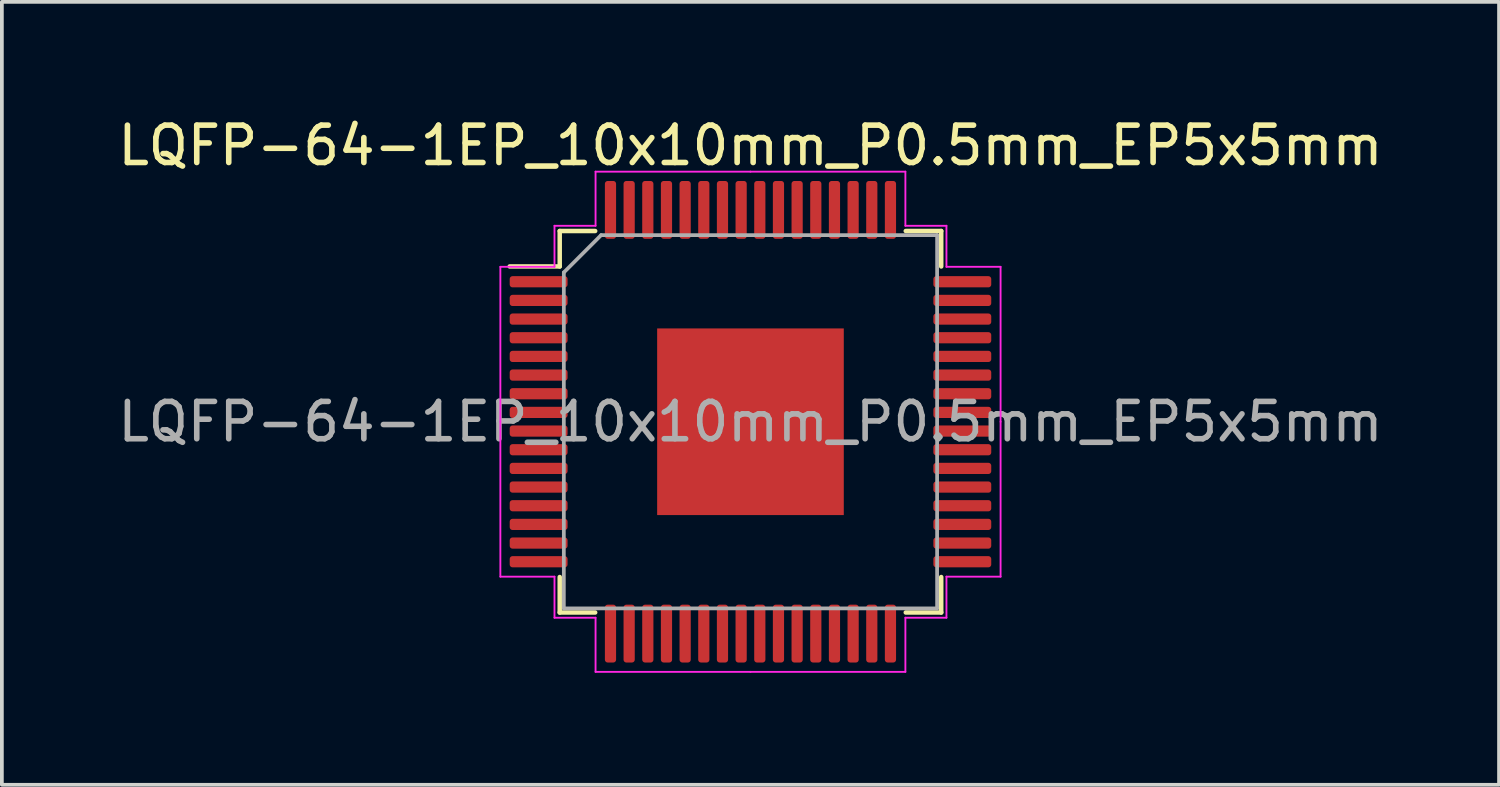
<source format=kicad_pcb>
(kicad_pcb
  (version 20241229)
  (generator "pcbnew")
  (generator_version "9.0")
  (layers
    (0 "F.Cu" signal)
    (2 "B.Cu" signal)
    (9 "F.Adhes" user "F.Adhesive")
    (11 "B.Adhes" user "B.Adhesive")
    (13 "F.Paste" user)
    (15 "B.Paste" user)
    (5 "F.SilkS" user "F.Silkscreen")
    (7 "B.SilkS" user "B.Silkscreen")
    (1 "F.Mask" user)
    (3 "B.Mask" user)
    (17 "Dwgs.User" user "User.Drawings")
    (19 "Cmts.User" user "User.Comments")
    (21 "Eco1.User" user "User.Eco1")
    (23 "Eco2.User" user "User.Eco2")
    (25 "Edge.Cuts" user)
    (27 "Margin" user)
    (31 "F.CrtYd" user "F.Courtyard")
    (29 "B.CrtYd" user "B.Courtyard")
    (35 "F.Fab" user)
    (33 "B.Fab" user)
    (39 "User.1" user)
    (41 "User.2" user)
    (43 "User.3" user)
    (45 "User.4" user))
  (footprint "LQFP-64-1EP_10x10mm_P0.5mm_EP5x5mm"
    (layer "F.Cu")
    (at 17.054 8.248)
    (property "Reference" "LQFP-64-1EP_10x10mm_P0.5mm_EP5x5mm" (at 0 -7.4 0) (layer "F.SilkS") (effects (font (size 1 1) (thickness 0.15))))
    (attr smd)
    (fp_line (start -5.11 -5.11) (end -5.11 -4.16) (stroke (width 0.12) (type solid)) (layer "F.SilkS"))
    (fp_line (start -5.11 -4.16) (end -6.45 -4.16) (stroke (width 0.12) (type solid)) (layer "F.SilkS"))
    (fp_line (start -5.11 5.11) (end -5.11 4.16) (stroke (width 0.12) (type solid)) (layer "F.SilkS"))
    (fp_line (start -4.16 -5.11) (end -5.11 -5.11) (stroke (width 0.12) (type solid)) (layer "F.SilkS"))
    (fp_line (start -4.16 5.11) (end -5.11 5.11) (stroke (width 0.12) (type solid)) (layer "F.SilkS"))
    (fp_line (start 4.16 -5.11) (end 5.11 -5.11) (stroke (width 0.12) (type solid)) (layer "F.SilkS"))
    (fp_line (start 4.16 5.11) (end 5.11 5.11) (stroke (width 0.12) (type solid)) (layer "F.SilkS"))
    (fp_line (start 5.11 -5.11) (end 5.11 -4.16) (stroke (width 0.12) (type solid)) (layer "F.SilkS"))
    (fp_line (start 5.11 5.11) (end 5.11 4.16) (stroke (width 0.12) (type solid)) (layer "F.SilkS"))
    (fp_line (start -6.7 -4.15) (end -6.7 0) (stroke (width 0.05) (type solid)) (layer "F.CrtYd"))
    (fp_line (start -6.7 4.15) (end -6.7 0) (stroke (width 0.05) (type solid)) (layer "F.CrtYd"))
    (fp_line (start -5.25 -5.25) (end -5.25 -4.15) (stroke (width 0.05) (type solid)) (layer "F.CrtYd"))
    (fp_line (start -5.25 -4.15) (end -6.7 -4.15) (stroke (width 0.05) (type solid)) (layer "F.CrtYd"))
    (fp_line (start -5.25 4.15) (end -6.7 4.15) (stroke (width 0.05) (type solid)) (layer "F.CrtYd"))
    (fp_line (start -5.25 5.25) (end -5.25 4.15) (stroke (width 0.05) (type solid)) (layer "F.CrtYd"))
    (fp_line (start -4.15 -6.7) (end -4.15 -5.25) (stroke (width 0.05) (type solid)) (layer "F.CrtYd"))
    (fp_line (start -4.15 -5.25) (end -5.25 -5.25) (stroke (width 0.05) (type solid)) (layer "F.CrtYd"))
    (fp_line (start -4.15 5.25) (end -5.25 5.25) (stroke (width 0.05) (type solid)) (layer "F.CrtYd"))
    (fp_line (start -4.15 6.7) (end -4.15 5.25) (stroke (width 0.05) (type solid)) (layer "F.CrtYd"))
    (fp_line (start 0 -6.7) (end -4.15 -6.7) (stroke (width 0.05) (type solid)) (layer "F.CrtYd"))
    (fp_line (start 0 -6.7) (end 4.15 -6.7) (stroke (width 0.05) (type solid)) (layer "F.CrtYd"))
    (fp_line (start 0 6.7) (end -4.15 6.7) (stroke (width 0.05) (type solid)) (layer "F.CrtYd"))
    (fp_line (start 0 6.7) (end 4.15 6.7) (stroke (width 0.05) (type solid)) (layer "F.CrtYd"))
    (fp_line (start 4.15 -6.7) (end 4.15 -5.25) (stroke (width 0.05) (type solid)) (layer "F.CrtYd"))
    (fp_line (start 4.15 -5.25) (end 5.25 -5.25) (stroke (width 0.05) (type solid)) (layer "F.CrtYd"))
    (fp_line (start 4.15 5.25) (end 5.25 5.25) (stroke (width 0.05) (type solid)) (layer "F.CrtYd"))
    (fp_line (start 4.15 6.7) (end 4.15 5.25) (stroke (width 0.05) (type solid)) (layer "F.CrtYd"))
    (fp_line (start 5.25 -5.25) (end 5.25 -4.15) (stroke (width 0.05) (type solid)) (layer "F.CrtYd"))
    (fp_line (start 5.25 -4.15) (end 6.7 -4.15) (stroke (width 0.05) (type solid)) (layer "F.CrtYd"))
    (fp_line (start 5.25 4.15) (end 6.7 4.15) (stroke (width 0.05) (type solid)) (layer "F.CrtYd"))
    (fp_line (start 5.25 5.25) (end 5.25 4.15) (stroke (width 0.05) (type solid)) (layer "F.CrtYd"))
    (fp_line (start 6.7 -4.15) (end 6.7 0) (stroke (width 0.05) (type solid)) (layer "F.CrtYd"))
    (fp_line (start 6.7 4.15) (end 6.7 0) (stroke (width 0.05) (type solid)) (layer "F.CrtYd"))
    (fp_line (start -5 -4) (end -4 -5) (stroke (width 0.1) (type solid)) (layer "F.Fab"))
    (fp_line (start -5 5) (end -5 -4) (stroke (width 0.1) (type solid)) (layer "F.Fab"))
    (fp_line (start -4 -5) (end 5 -5) (stroke (width 0.1) (type solid)) (layer "F.Fab"))
    (fp_line (start 5 -5) (end 5 5) (stroke (width 0.1) (type solid)) (layer "F.Fab"))
    (fp_line (start 5 5) (end -5 5) (stroke (width 0.1) (type solid)) (layer "F.Fab"))
    (fp_text user "${REFERENCE}" (at 0 0 0) (layer "F.Fab") (effects (font (size 1 1) (thickness 0.15))))
    (pad "" smd roundrect (at -2 -2) (size 0.81 0.81) (layers "F.Paste") (roundrect_rratio 0.25))
    (pad "" smd roundrect (at -2 -1) (size 0.81 0.81) (layers "F.Paste") (roundrect_rratio 0.25))
    (pad "" smd roundrect (at -2 0) (size 0.81 0.81) (layers "F.Paste") (roundrect_rratio 0.25))
    (pad "" smd roundrect (at -2 1) (size 0.81 0.81) (layers "F.Paste") (roundrect_rratio 0.25))
    (pad "" smd roundrect (at -2 2) (size 0.81 0.81) (layers "F.Paste") (roundrect_rratio 0.25))
    (pad "" smd roundrect (at -1 -2) (size 0.81 0.81) (layers "F.Paste") (roundrect_rratio 0.25))
    (pad "" smd roundrect (at -1 -1) (size 0.81 0.81) (layers "F.Paste") (roundrect_rratio 0.25))
    (pad "" smd roundrect (at -1 0) (size 0.81 0.81) (layers "F.Paste") (roundrect_rratio 0.25))
    (pad "" smd roundrect (at -1 1) (size 0.81 0.81) (layers "F.Paste") (roundrect_rratio 0.25))
    (pad "" smd roundrect (at -1 2) (size 0.81 0.81) (layers "F.Paste") (roundrect_rratio 0.25))
    (pad "" smd roundrect (at 0 -2) (size 0.81 0.81) (layers "F.Paste") (roundrect_rratio 0.25))
    (pad "" smd roundrect (at 0 -1) (size 0.81 0.81) (layers "F.Paste") (roundrect_rratio 0.25))
    (pad "" smd roundrect (at 0 0) (size 0.81 0.81) (layers "F.Paste") (roundrect_rratio 0.25))
    (pad "" smd roundrect (at 0 1) (size 0.81 0.81) (layers "F.Paste") (roundrect_rratio 0.25))
    (pad "" smd roundrect (at 0 2) (size 0.81 0.81) (layers "F.Paste") (roundrect_rratio 0.25))
    (pad "" smd roundrect (at 1 -2) (size 0.81 0.81) (layers "F.Paste") (roundrect_rratio 0.25))
    (pad "" smd roundrect (at 1 -1) (size 0.81 0.81) (layers "F.Paste") (roundrect_rratio 0.25))
    (pad "" smd roundrect (at 1 0) (size 0.81 0.81) (layers "F.Paste") (roundrect_rratio 0.25))
    (pad "" smd roundrect (at 1 1) (size 0.81 0.81) (layers "F.Paste") (roundrect_rratio 0.25))
    (pad "" smd roundrect (at 1 2) (size 0.81 0.81) (layers "F.Paste") (roundrect_rratio 0.25))
    (pad "" smd roundrect (at 2 -2) (size 0.81 0.81) (layers "F.Paste") (roundrect_rratio 0.25))
    (pad "" smd roundrect (at 2 -1) (size 0.81 0.81) (layers "F.Paste") (roundrect_rratio 0.25))
    (pad "" smd roundrect (at 2 0) (size 0.81 0.81) (layers "F.Paste") (roundrect_rratio 0.25))
    (pad "" smd roundrect (at 2 1) (size 0.81 0.81) (layers "F.Paste") (roundrect_rratio 0.25))
    (pad "" smd roundrect (at 2 2) (size 0.81 0.81) (layers "F.Paste") (roundrect_rratio 0.25))
    (pad "1" smd roundrect (at -5.675 -3.75) (size 1.55 0.3) (layers "F.Cu" "F.Mask" "F.Paste") (roundrect_rratio 0.25))
    (pad "2" smd roundrect (at -5.675 -3.25) (size 1.55 0.3) (layers "F.Cu" "F.Mask" "F.Paste") (roundrect_rratio 0.25))
    (pad "3" smd roundrect (at -5.675 -2.75) (size 1.55 0.3) (layers "F.Cu" "F.Mask" "F.Paste") (roundrect_rratio 0.25))
    (pad "4" smd roundrect (at -5.675 -2.25) (size 1.55 0.3) (layers "F.Cu" "F.Mask" "F.Paste") (roundrect_rratio 0.25))
    (pad "5" smd roundrect (at -5.675 -1.75) (size 1.55 0.3) (layers "F.Cu" "F.Mask" "F.Paste") (roundrect_rratio 0.25))
    (pad "6" smd roundrect (at -5.675 -1.25) (size 1.55 0.3) (layers "F.Cu" "F.Mask" "F.Paste") (roundrect_rratio 0.25))
    (pad "7" smd roundrect (at -5.675 -0.75) (size 1.55 0.3) (layers "F.Cu" "F.Mask" "F.Paste") (roundrect_rratio 0.25))
    (pad "8" smd roundrect (at -5.675 -0.25) (size 1.55 0.3) (layers "F.Cu" "F.Mask" "F.Paste") (roundrect_rratio 0.25))
    (pad "9" smd roundrect (at -5.675 0.25) (size 1.55 0.3) (layers "F.Cu" "F.Mask" "F.Paste") (roundrect_rratio 0.25))
    (pad "10" smd roundrect (at -5.675 0.75) (size 1.55 0.3) (layers "F.Cu" "F.Mask" "F.Paste") (roundrect_rratio 0.25))
    (pad "11" smd roundrect (at -5.675 1.25) (size 1.55 0.3) (layers "F.Cu" "F.Mask" "F.Paste") (roundrect_rratio 0.25))
    (pad "12" smd roundrect (at -5.675 1.75) (size 1.55 0.3) (layers "F.Cu" "F.Mask" "F.Paste") (roundrect_rratio 0.25))
    (pad "13" smd roundrect (at -5.675 2.25) (size 1.55 0.3) (layers "F.Cu" "F.Mask" "F.Paste") (roundrect_rratio 0.25))
    (pad "14" smd roundrect (at -5.675 2.75) (size 1.55 0.3) (layers "F.Cu" "F.Mask" "F.Paste") (roundrect_rratio 0.25))
    (pad "15" smd roundrect (at -5.675 3.25) (size 1.55 0.3) (layers "F.Cu" "F.Mask" "F.Paste") (roundrect_rratio 0.25))
    (pad "16" smd roundrect (at -5.675 3.75) (size 1.55 0.3) (layers "F.Cu" "F.Mask" "F.Paste") (roundrect_rratio 0.25))
    (pad "17" smd roundrect (at -3.75 5.675) (size 0.3 1.55) (layers "F.Cu" "F.Mask" "F.Paste") (roundrect_rratio 0.25))
    (pad "18" smd roundrect (at -3.25 5.675) (size 0.3 1.55) (layers "F.Cu" "F.Mask" "F.Paste") (roundrect_rratio 0.25))
    (pad "19" smd roundrect (at -2.75 5.675) (size 0.3 1.55) (layers "F.Cu" "F.Mask" "F.Paste") (roundrect_rratio 0.25))
    (pad "20" smd roundrect (at -2.25 5.675) (size 0.3 1.55) (layers "F.Cu" "F.Mask" "F.Paste") (roundrect_rratio 0.25))
    (pad "21" smd roundrect (at -1.75 5.675) (size 0.3 1.55) (layers "F.Cu" "F.Mask" "F.Paste") (roundrect_rratio 0.25))
    (pad "22" smd roundrect (at -1.25 5.675) (size 0.3 1.55) (layers "F.Cu" "F.Mask" "F.Paste") (roundrect_rratio 0.25))
    (pad "23" smd roundrect (at -0.75 5.675) (size 0.3 1.55) (layers "F.Cu" "F.Mask" "F.Paste") (roundrect_rratio 0.25))
    (pad "24" smd roundrect (at -0.25 5.675) (size 0.3 1.55) (layers "F.Cu" "F.Mask" "F.Paste") (roundrect_rratio 0.25))
    (pad "25" smd roundrect (at 0.25 5.675) (size 0.3 1.55) (layers "F.Cu" "F.Mask" "F.Paste") (roundrect_rratio 0.25))
    (pad "26" smd roundrect (at 0.75 5.675) (size 0.3 1.55) (layers "F.Cu" "F.Mask" "F.Paste") (roundrect_rratio 0.25))
    (pad "27" smd roundrect (at 1.25 5.675) (size 0.3 1.55) (layers "F.Cu" "F.Mask" "F.Paste") (roundrect_rratio 0.25))
    (pad "28" smd roundrect (at 1.75 5.675) (size 0.3 1.55) (layers "F.Cu" "F.Mask" "F.Paste") (roundrect_rratio 0.25))
    (pad "29" smd roundrect (at 2.25 5.675) (size 0.3 1.55) (layers "F.Cu" "F.Mask" "F.Paste") (roundrect_rratio 0.25))
    (pad "30" smd roundrect (at 2.75 5.675) (size 0.3 1.55) (layers "F.Cu" "F.Mask" "F.Paste") (roundrect_rratio 0.25))
    (pad "31" smd roundrect (at 3.25 5.675) (size 0.3 1.55) (layers "F.Cu" "F.Mask" "F.Paste") (roundrect_rratio 0.25))
    (pad "32" smd roundrect (at 3.75 5.675) (size 0.3 1.55) (layers "F.Cu" "F.Mask" "F.Paste") (roundrect_rratio 0.25))
    (pad "33" smd roundrect (at 5.675 3.75) (size 1.55 0.3) (layers "F.Cu" "F.Mask" "F.Paste") (roundrect_rratio 0.25))
    (pad "34" smd roundrect (at 5.675 3.25) (size 1.55 0.3) (layers "F.Cu" "F.Mask" "F.Paste") (roundrect_rratio 0.25))
    (pad "35" smd roundrect (at 5.675 2.75) (size 1.55 0.3) (layers "F.Cu" "F.Mask" "F.Paste") (roundrect_rratio 0.25))
    (pad "36" smd roundrect (at 5.675 2.25) (size 1.55 0.3) (layers "F.Cu" "F.Mask" "F.Paste") (roundrect_rratio 0.25))
    (pad "37" smd roundrect (at 5.675 1.75) (size 1.55 0.3) (layers "F.Cu" "F.Mask" "F.Paste") (roundrect_rratio 0.25))
    (pad "38" smd roundrect (at 5.675 1.25) (size 1.55 0.3) (layers "F.Cu" "F.Mask" "F.Paste") (roundrect_rratio 0.25))
    (pad "39" smd roundrect (at 5.675 0.75) (size 1.55 0.3) (layers "F.Cu" "F.Mask" "F.Paste") (roundrect_rratio 0.25))
    (pad "40" smd roundrect (at 5.675 0.25) (size 1.55 0.3) (layers "F.Cu" "F.Mask" "F.Paste") (roundrect_rratio 0.25))
    (pad "41" smd roundrect (at 5.675 -0.25) (size 1.55 0.3) (layers "F.Cu" "F.Mask" "F.Paste") (roundrect_rratio 0.25))
    (pad "42" smd roundrect (at 5.675 -0.75) (size 1.55 0.3) (layers "F.Cu" "F.Mask" "F.Paste") (roundrect_rratio 0.25))
    (pad "43" smd roundrect (at 5.675 -1.25) (size 1.55 0.3) (layers "F.Cu" "F.Mask" "F.Paste") (roundrect_rratio 0.25))
    (pad "44" smd roundrect (at 5.675 -1.75) (size 1.55 0.3) (layers "F.Cu" "F.Mask" "F.Paste") (roundrect_rratio 0.25))
    (pad "45" smd roundrect (at 5.675 -2.25) (size 1.55 0.3) (layers "F.Cu" "F.Mask" "F.Paste") (roundrect_rratio 0.25))
    (pad "46" smd roundrect (at 5.675 -2.75) (size 1.55 0.3) (layers "F.Cu" "F.Mask" "F.Paste") (roundrect_rratio 0.25))
    (pad "47" smd roundrect (at 5.675 -3.25) (size 1.55 0.3) (layers "F.Cu" "F.Mask" "F.Paste") (roundrect_rratio 0.25))
    (pad "48" smd roundrect (at 5.675 -3.75) (size 1.55 0.3) (layers "F.Cu" "F.Mask" "F.Paste") (roundrect_rratio 0.25))
    (pad "49" smd roundrect (at 3.75 -5.675) (size 0.3 1.55) (layers "F.Cu" "F.Mask" "F.Paste") (roundrect_rratio 0.25))
    (pad "50" smd roundrect (at 3.25 -5.675) (size 0.3 1.55) (layers "F.Cu" "F.Mask" "F.Paste") (roundrect_rratio 0.25))
    (pad "51" smd roundrect (at 2.75 -5.675) (size 0.3 1.55) (layers "F.Cu" "F.Mask" "F.Paste") (roundrect_rratio 0.25))
    (pad "52" smd roundrect (at 2.25 -5.675) (size 0.3 1.55) (layers "F.Cu" "F.Mask" "F.Paste") (roundrect_rratio 0.25))
    (pad "53" smd roundrect (at 1.75 -5.675) (size 0.3 1.55) (layers "F.Cu" "F.Mask" "F.Paste") (roundrect_rratio 0.25))
    (pad "54" smd roundrect (at 1.25 -5.675) (size 0.3 1.55) (layers "F.Cu" "F.Mask" "F.Paste") (roundrect_rratio 0.25))
    (pad "55" smd roundrect (at 0.75 -5.675) (size 0.3 1.55) (layers "F.Cu" "F.Mask" "F.Paste") (roundrect_rratio 0.25))
    (pad "56" smd roundrect (at 0.25 -5.675) (size 0.3 1.55) (layers "F.Cu" "F.Mask" "F.Paste") (roundrect_rratio 0.25))
    (pad "57" smd roundrect (at -0.25 -5.675) (size 0.3 1.55) (layers "F.Cu" "F.Mask" "F.Paste") (roundrect_rratio 0.25))
    (pad "58" smd roundrect (at -0.75 -5.675) (size 0.3 1.55) (layers "F.Cu" "F.Mask" "F.Paste") (roundrect_rratio 0.25))
    (pad "59" smd roundrect (at -1.25 -5.675) (size 0.3 1.55) (layers "F.Cu" "F.Mask" "F.Paste") (roundrect_rratio 0.25))
    (pad "60" smd roundrect (at -1.75 -5.675) (size 0.3 1.55) (layers "F.Cu" "F.Mask" "F.Paste") (roundrect_rratio 0.25))
    (pad "61" smd roundrect (at -2.25 -5.675) (size 0.3 1.55) (layers "F.Cu" "F.Mask" "F.Paste") (roundrect_rratio 0.25))
    (pad "62" smd roundrect (at -2.75 -5.675) (size 0.3 1.55) (layers "F.Cu" "F.Mask" "F.Paste") (roundrect_rratio 0.25))
    (pad "63" smd roundrect (at -3.25 -5.675) (size 0.3 1.55) (layers "F.Cu" "F.Mask" "F.Paste") (roundrect_rratio 0.25))
    (pad "64" smd roundrect (at -3.75 -5.675) (size 0.3 1.55) (layers "F.Cu" "F.Mask" "F.Paste") (roundrect_rratio 0.25))
    (pad "65" smd rect (at 0 0) (size 5 5) (layers "F.Cu" "F.Mask")))
  (gr_rect
    (start -3 -3)
    (end 37.107 17.973)
    (stroke (width 0.1) (type default))
    (fill no)
    (layer "Edge.Cuts")))
</source>
